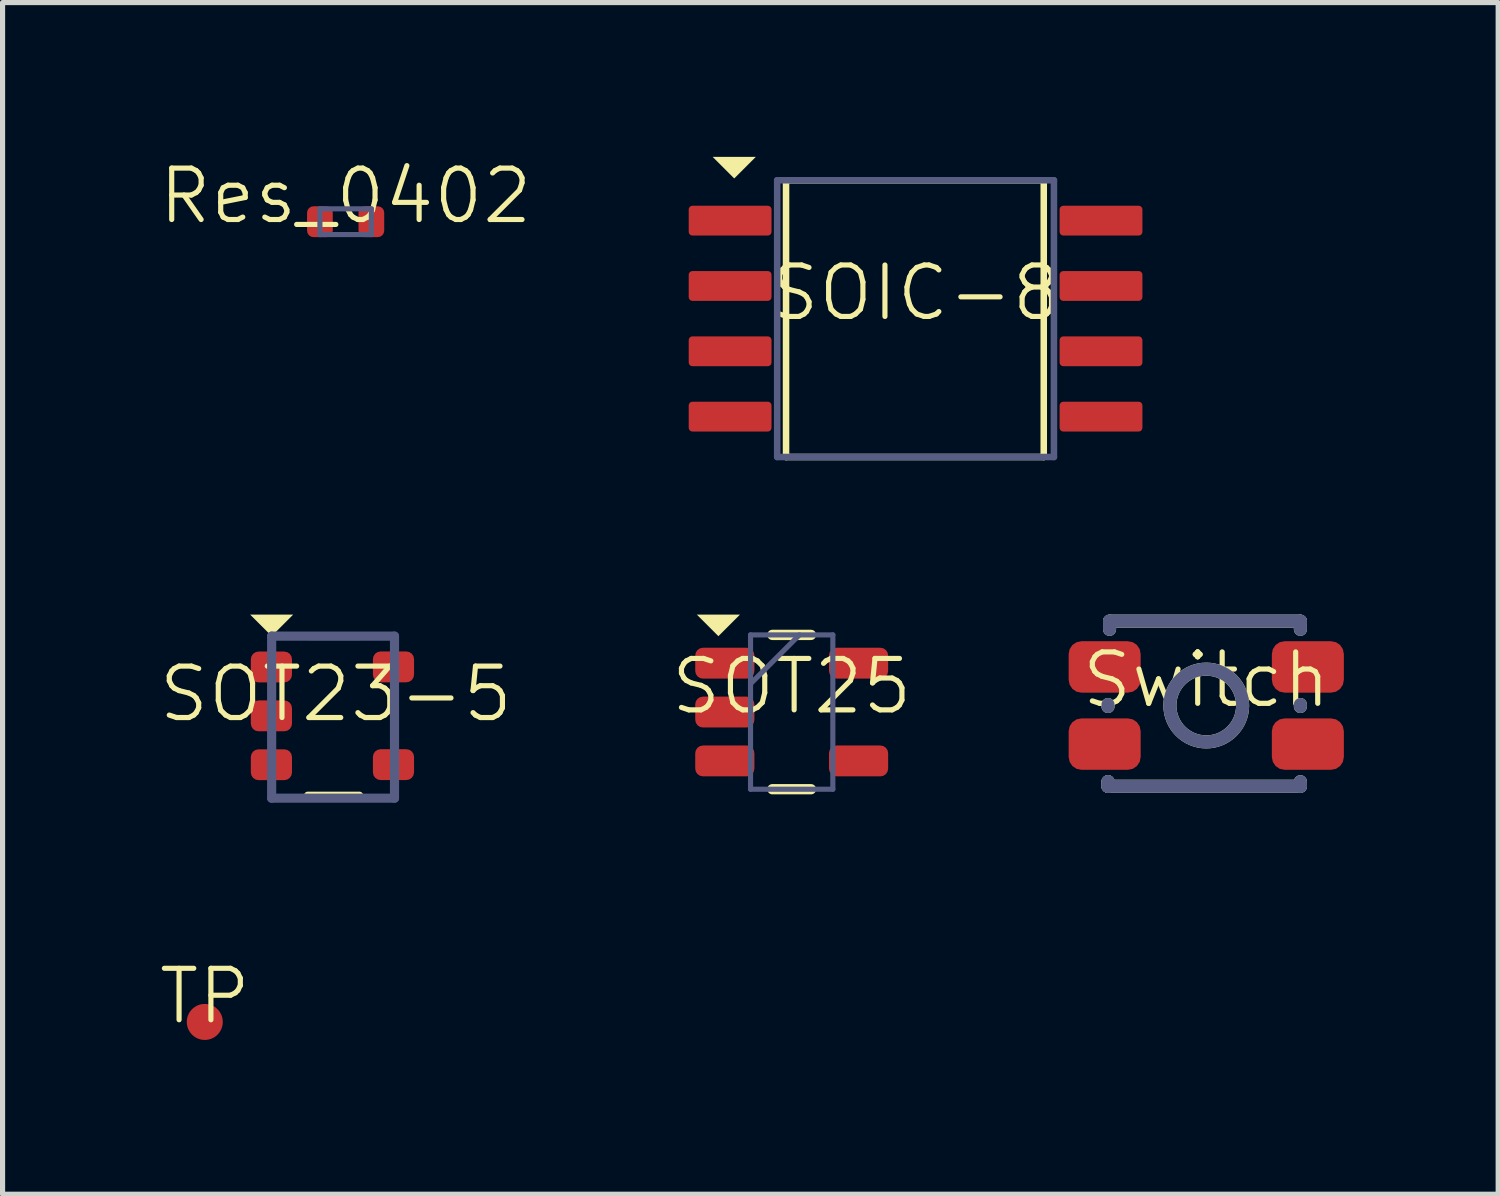
<source format=kicad_pcb>
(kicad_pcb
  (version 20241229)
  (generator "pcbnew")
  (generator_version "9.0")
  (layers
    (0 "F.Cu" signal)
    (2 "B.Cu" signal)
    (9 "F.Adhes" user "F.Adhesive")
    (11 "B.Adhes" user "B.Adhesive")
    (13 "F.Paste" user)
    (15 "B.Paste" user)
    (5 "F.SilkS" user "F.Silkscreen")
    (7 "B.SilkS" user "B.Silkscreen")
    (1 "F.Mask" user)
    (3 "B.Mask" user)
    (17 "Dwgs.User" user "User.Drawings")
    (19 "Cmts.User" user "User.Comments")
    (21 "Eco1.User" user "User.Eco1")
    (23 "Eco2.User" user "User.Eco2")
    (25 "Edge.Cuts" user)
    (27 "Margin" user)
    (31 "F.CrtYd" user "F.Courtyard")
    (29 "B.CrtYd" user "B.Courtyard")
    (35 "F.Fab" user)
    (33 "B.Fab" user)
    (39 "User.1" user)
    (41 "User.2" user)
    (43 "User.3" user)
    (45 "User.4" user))
  (footprint "Switch"
    (layer "F.Cu")
    (at 20.399 10.665)
    (property "Reference" "Switch" (at 0 -0.5 0) (unlocked yes) (layer "F.SilkS") (effects (font (size 1 1) (thickness 0.1))))
    (attr smd)
    (fp_line (start -1.91 0.019) (end -1.91 -0.019) (stroke (width 0.254) (type solid)) (layer "F.SilkS"))
    (fp_line (start -1.91 1.57) (end -1.91 1.481) (stroke (width 0.254) (type solid)) (layer "F.SilkS"))
    (fp_line (start -1.91 1.57) (end -1.91 1.481) (stroke (width 0.254) (type solid)) (layer "F.SilkS"))
    (fp_line (start -1.88 -1.481) (end -1.88 -1.64) (stroke (width 0.254) (type solid)) (layer "F.SilkS"))
    (fp_line (start 1.83 -1.64) (end -1.88 -1.64) (stroke (width 0.254) (type solid)) (layer "F.SilkS"))
    (fp_line (start 1.83 -1.481) (end 1.83 -1.64) (stroke (width 0.254) (type solid)) (layer "F.SilkS"))
    (fp_line (start 1.83 0.019) (end 1.83 -0.019) (stroke (width 0.254) (type solid)) (layer "F.SilkS"))
    (fp_line (start 1.83 1.57) (end -1.91 1.57) (stroke (width 0.254) (type solid)) (layer "F.SilkS"))
    (fp_line (start 1.83 1.57) (end 1.83 1.481) (stroke (width 0.254) (type solid)) (layer "F.SilkS"))
    (fp_circle (center 0 0) (end -0.707 0) (stroke (width 0.254) (type solid)) (fill no) (layer "F.SilkS"))
    (fp_line (start -1.91 0.019) (end -1.91 -0.019) (stroke (width 0.254) (type solid)) (layer "B.Fab"))
    (fp_line (start -1.91 1.57) (end -1.91 1.481) (stroke (width 0.254) (type solid)) (layer "B.Fab"))
    (fp_line (start -1.91 1.57) (end -1.91 1.481) (stroke (width 0.254) (type solid)) (layer "B.Fab"))
    (fp_line (start -1.88 -1.481) (end -1.88 -1.64) (stroke (width 0.254) (type solid)) (layer "B.Fab"))
    (fp_line (start 1.83 -1.64) (end -1.88 -1.64) (stroke (width 0.254) (type solid)) (layer "B.Fab"))
    (fp_line (start 1.83 -1.481) (end 1.83 -1.64) (stroke (width 0.254) (type solid)) (layer "B.Fab"))
    (fp_line (start 1.83 0.019) (end 1.83 -0.019) (stroke (width 0.254) (type solid)) (layer "B.Fab"))
    (fp_line (start 1.83 1.57) (end -1.91 1.57) (stroke (width 0.254) (type solid)) (layer "B.Fab"))
    (fp_line (start 1.83 1.57) (end 1.83 1.481) (stroke (width 0.254) (type solid)) (layer "B.Fab"))
    (fp_circle (center 0.00013 0) (end -0.707 0) (stroke (width 0.254) (type solid)) (fill no) (layer "B.Fab"))
    (pad "1" smd roundrect (at -1.975 -0.75 90) (size 1 1.4) (layers "F.Cu" "F.Mask" "F.Paste") (roundrect_rratio 0.25))
    (pad "2" smd roundrect (at 1.975 -0.75 90) (size 1 1.4) (layers "F.Cu" "F.Mask" "F.Paste") (roundrect_rratio 0.25))
    (pad "3" smd roundrect (at -1.975 0.75 90) (size 1 1.4) (layers "F.Cu" "F.Mask" "F.Paste") (roundrect_rratio 0.25))
    (pad "4" smd roundrect (at 1.975 0.75 90) (size 1 1.4) (layers "F.Cu" "F.Mask" "F.Paste") (roundrect_rratio 0.25)))
  (footprint "SOIC-8"
    (layer "F.Cu")
    (at 14.748 3.144)
    (property "Reference" "SOIC-8" (at 0 -0.5 0) (unlocked yes) (layer "F.SilkS") (effects (font (size 1 1) (thickness 0.1))))
    (attr smd)
    (fp_line (start -2.518 -2.69) (end 2.492 -2.69) (stroke (width 0.127) (type solid)) (layer "F.SilkS"))
    (fp_line (start -2.518 2.69) (end -2.518 -2.69) (stroke (width 0.127) (type solid)) (layer "F.SilkS"))
    (fp_line (start -2.518 2.69) (end 2.492 2.69) (stroke (width 0.127) (type solid)) (layer "F.SilkS"))
    (fp_line (start 2.492 2.69) (end 2.492 -2.69) (stroke (width 0.127) (type solid)) (layer "F.SilkS"))
    (fp_poly (pts (xy -3.525 -2.725) (xy -3.944 -3.144) (xy -3.106 -3.144)) (stroke (width 0) (type default)) (fill yes) (layer "F.SilkS"))
    (fp_line (start -2.69 -2.69) (end 2.69 -2.69) (stroke (width 0.127) (type solid)) (layer "B.Fab"))
    (fp_line (start -2.69 2.69) (end -2.69 -2.69) (stroke (width 0.127) (type solid)) (layer "B.Fab"))
    (fp_line (start -2.69 2.69) (end 2.69 2.69) (stroke (width 0.127) (type solid)) (layer "B.Fab"))
    (fp_line (start 2.69 2.69) (end 2.69 -2.69) (stroke (width 0.127) (type solid)) (layer "B.Fab"))
    (pad "1" smd roundrect (at -3.605 -1.905) (size 1.61 0.58) (layers "F.Cu" "F.Mask" "F.Paste") (roundrect_rratio 0.125))
    (pad "2" smd roundrect (at -3.605 -0.635) (size 1.61 0.58) (layers "F.Cu" "F.Mask" "F.Paste") (roundrect_rratio 0.125))
    (pad "3" smd roundrect (at -3.605 0.635) (size 1.61 0.58) (layers "F.Cu" "F.Mask" "F.Paste") (roundrect_rratio 0.125))
    (pad "4" smd roundrect (at -3.605 1.905) (size 1.61 0.58) (layers "F.Cu" "F.Mask" "F.Paste") (roundrect_rratio 0.125))
    (pad "5" smd roundrect (at 3.605 1.905) (size 1.61 0.58) (layers "F.Cu" "F.Mask" "F.Paste") (roundrect_rratio 0.125))
    (pad "6" smd roundrect (at 3.605 0.635) (size 1.61 0.58) (layers "F.Cu" "F.Mask" "F.Paste") (roundrect_rratio 0.125))
    (pad "7" smd roundrect (at 3.605 -0.635) (size 1.61 0.58) (layers "F.Cu" "F.Mask" "F.Paste") (roundrect_rratio 0.125))
    (pad "8" smd roundrect (at 3.605 -1.905) (size 1.61 0.58) (layers "F.Cu" "F.Mask" "F.Paste") (roundrect_rratio 0.125)))
  (footprint "Res_0402"
    (layer "F.Cu")
    (at 3.669 1.26)
    (property "Reference" "Res_0402" (at 0 -0.5 0) (unlocked yes) (layer "F.SilkS") (effects (font (size 1 1) (thickness 0.1))))
    (attr smd)
    (fp_line (start -0.5 -0.25) (end -0.5 0.25) (stroke (width 0.1) (type solid)) (layer "B.Fab"))
    (fp_line (start 0.5 -0.25) (end -0.5 -0.25) (stroke (width 0.1) (type solid)) (layer "B.Fab"))
    (fp_line (start 0.5 -0.25) (end 0.5 0.25) (stroke (width 0.1) (type solid)) (layer "B.Fab"))
    (fp_line (start 0.5 0.25) (end -0.5 0.25) (stroke (width 0.1) (type solid)) (layer "B.Fab"))
    (pad "1" smd roundrect (at 0.5 0) (size 0.5 0.6) (layers "F.Cu" "F.Mask" "F.Paste") (roundrect_rratio 0.25))
    (pad "2" smd roundrect (at -0.5 0) (size 0.5 0.6) (layers "F.Cu" "F.Mask" "F.Paste") (roundrect_rratio 0.25)))
  (footprint "SOT25"
    (layer "F.Cu")
    (at 12.34 10.792)
    (property "Reference" "SOT25" (at 0 -0.5 0) (unlocked yes) (layer "F.SilkS") (effects (font (size 1 1) (thickness 0.1))))
    (attr smd)
    (fp_line (start 0.375 -1.5) (end -0.375 -1.5) (stroke (width 0.2) (type solid)) (layer "F.SilkS"))
    (fp_line (start 0.375 1.5) (end -0.375 1.5) (stroke (width 0.2) (type solid)) (layer "F.SilkS"))
    (fp_poly (pts (xy -1.425 -1.475) (xy -1.844 -1.894) (xy -1.006 -1.894)) (stroke (width 0) (type default)) (fill yes) (layer "F.SilkS"))
    (fp_line (start -0.8 -0.55) (end 0.15 -1.5) (stroke (width 0.1) (type solid)) (layer "B.Fab"))
    (fp_line (start -0.8 1.5) (end -0.8 -1.5) (stroke (width 0.1) (type solid)) (layer "B.Fab"))
    (fp_line (start 0.8 -1.5) (end -0.8 -1.5) (stroke (width 0.1) (type solid)) (layer "B.Fab"))
    (fp_line (start 0.8 1.5) (end -0.8 1.5) (stroke (width 0.1) (type solid)) (layer "B.Fab"))
    (fp_line (start 0.8 1.5) (end 0.8 -1.5) (stroke (width 0.1) (type solid)) (layer "B.Fab"))
    (pad "1" smd roundrect (at -1.3 -0.95) (size 1.15 0.6) (layers "F.Cu" "F.Mask" "F.Paste") (roundrect_rratio 0.25))
    (pad "2" smd roundrect (at -1.3 0) (size 1.15 0.6) (layers "F.Cu" "F.Mask" "F.Paste") (roundrect_rratio 0.25))
    (pad "3" smd roundrect (at -1.3 0.95) (size 1.15 0.6) (layers "F.Cu" "F.Mask" "F.Paste") (roundrect_rratio 0.25))
    (pad "4" smd roundrect (at 1.3 0.95) (size 1.15 0.6) (layers "F.Cu" "F.Mask" "F.Paste") (roundrect_rratio 0.25))
    (pad "5" smd roundrect (at 1.3 -0.95) (size 1.15 0.6) (layers "F.Cu" "F.Mask" "F.Paste") (roundrect_rratio 0.25)))
  (footprint "TP"
    (layer "F.Cu")
    (at 0.931 16.816)
    (property "Reference" "TP" (at 0 -0.5 0) (unlocked yes) (layer "F.SilkS") (effects (font (size 1 1) (thickness 0.1))))
    (attr smd)
    (pad "1" smd circle (at 0 0) (size 0.7 0.7) (layers "F.Cu" "F.Mask" "F.Paste")))
  (footprint "SOT23-5"
    (layer "F.Cu")
    (at 3.479 10.941)
    (property "Reference" "SOT23-5" (at 0 -0.5 0) (unlocked yes) (layer "F.SilkS") (effects (font (size 1 1) (thickness 0.1))))
    (attr smd)
    (fp_line (start 0.456 -1.624) (end -0.544 -1.624) (stroke (width 0.152) (type solid)) (layer "F.SilkS"))
    (fp_line (start 0.456 1.474) (end -0.544 1.474) (stroke (width 0.152) (type solid)) (layer "F.SilkS"))
    (fp_poly (pts (xy -1.248 -1.625) (xy -1.667 -2.044) (xy -0.829 -2.044)) (stroke (width 0) (type default)) (fill yes) (layer "F.SilkS"))
    (fp_line (start -1.248 1.525) (end -1.248 -1.625) (stroke (width 0.178) (type solid)) (layer "B.Fab"))
    (fp_line (start 1.14 -1.625) (end -1.248 -1.625) (stroke (width 0.178) (type solid)) (layer "B.Fab"))
    (fp_line (start 1.14 1.525) (end -1.248 1.525) (stroke (width 0.178) (type solid)) (layer "B.Fab"))
    (fp_line (start 1.14 1.525) (end 1.14 -1.625) (stroke (width 0.178) (type solid)) (layer "B.Fab"))
    (pad "1" smd roundrect (at -1.253 -1.025) (size 0.8 0.6) (layers "F.Cu" "F.Mask" "F.Paste") (roundrect_rratio 0.25))
    (pad "2" smd roundrect (at -1.253 -0.075) (size 0.8 0.6) (layers "F.Cu" "F.Mask" "F.Paste") (roundrect_rratio 0.25))
    (pad "3" smd roundrect (at -1.253 0.875) (size 0.8 0.6) (layers "F.Cu" "F.Mask" "F.Paste") (roundrect_rratio 0.25))
    (pad "4" smd roundrect (at 1.12 0.873) (size 0.8 0.6) (layers "F.Cu" "F.Mask" "F.Paste") (roundrect_rratio 0.25))
    (pad "5" smd roundrect (at 1.12 -1.027) (size 0.8 0.6) (layers "F.Cu" "F.Mask" "F.Paste") (roundrect_rratio 0.25)))
  (gr_rect
    (start -3 -3)
    (end 26.074 20.166)
    (stroke (width 0.1) (type default))
    (fill no)
    (layer "Edge.Cuts")))
</source>
